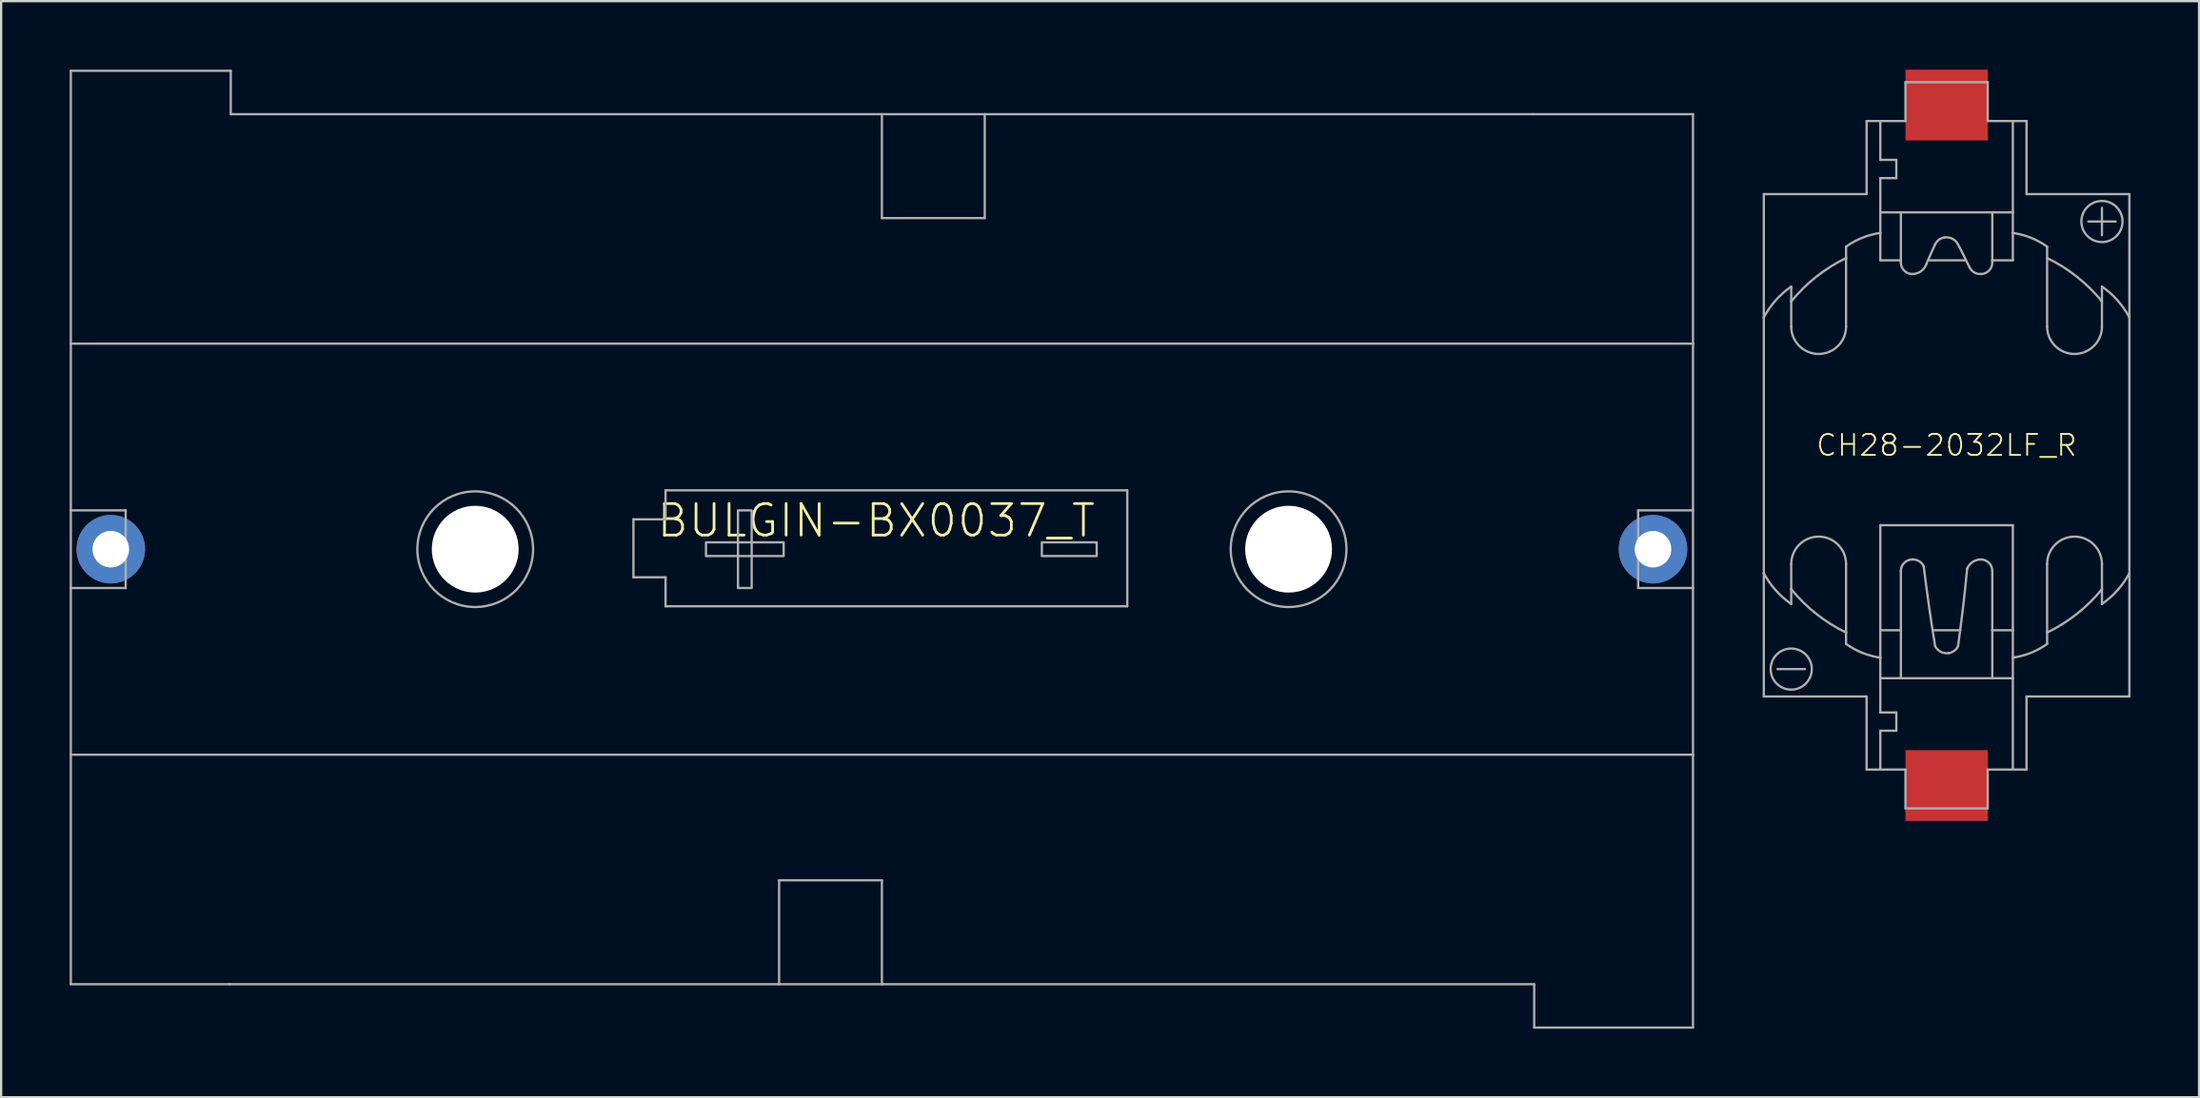
<source format=kicad_pcb>
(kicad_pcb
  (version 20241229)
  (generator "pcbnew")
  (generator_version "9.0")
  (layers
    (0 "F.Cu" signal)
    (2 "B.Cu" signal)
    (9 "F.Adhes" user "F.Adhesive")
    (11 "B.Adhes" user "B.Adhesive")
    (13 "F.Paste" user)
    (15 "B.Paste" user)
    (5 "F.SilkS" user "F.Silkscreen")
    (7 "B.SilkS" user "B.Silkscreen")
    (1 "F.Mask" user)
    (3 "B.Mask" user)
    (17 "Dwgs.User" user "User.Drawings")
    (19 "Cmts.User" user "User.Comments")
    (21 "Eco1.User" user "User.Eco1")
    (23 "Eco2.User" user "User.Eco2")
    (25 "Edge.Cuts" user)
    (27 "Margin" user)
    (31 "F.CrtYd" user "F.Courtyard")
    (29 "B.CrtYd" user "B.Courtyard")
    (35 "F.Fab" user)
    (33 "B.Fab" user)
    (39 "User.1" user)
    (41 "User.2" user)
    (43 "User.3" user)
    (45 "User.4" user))
  (footprint "CH28-2032LF_R"
    (layer "F.Cu")
    (at 82.15 16.45)
    (property "Reference" "CH28-2032LF_R" (at 0 0 0) (unlocked yes) (layer "F.SilkS") (effects (font (size 0.92 0.92) (thickness 0.08))))
    (fp_line (start -8 -5.6) (end -8 -11) (stroke (width 0.1) (type solid)) (layer "F.Fab"))
    (fp_line (start -8 5.6) (end -8 -5.6) (stroke (width 0.1) (type solid)) (layer "F.Fab"))
    (fp_line (start -8 5.6) (end -8 11) (stroke (width 0.1) (type solid)) (layer "F.Fab"))
    (fp_line (start -8 11) (end -3.5 11) (stroke (width 0.1) (type solid)) (layer "F.Fab"))
    (fp_line (start -7.4 9.8) (end -6.2 9.8) (stroke (width 0.1) (type solid)) (layer "F.Fab"))
    (fp_line (start -6.8 -6.3) (end -6.8 -6.95) (stroke (width 0.1) (type solid)) (layer "F.Fab"))
    (fp_line (start -6.8 -6.3) (end -6.8 -5.2) (stroke (width 0.1) (type solid)) (layer "F.Fab"))
    (fp_line (start -6.8 6.3) (end -6.8 5.2) (stroke (width 0.1) (type solid)) (layer "F.Fab"))
    (fp_line (start -6.8 6.3) (end -6.8 6.95) (stroke (width 0.1) (type solid)) (layer "F.Fab"))
    (fp_line (start -4.4 -8.2) (end -4.4 -8.7) (stroke (width 0.1) (type solid)) (layer "F.Fab"))
    (fp_line (start -4.4 -8.2) (end -4.4 -5.2) (stroke (width 0.1) (type solid)) (layer "F.Fab"))
    (fp_line (start -4.4 8.2) (end -4.4 5.2) (stroke (width 0.1) (type solid)) (layer "F.Fab"))
    (fp_line (start -4.4 8.2) (end -4.4 8.7) (stroke (width 0.1) (type solid)) (layer "F.Fab"))
    (fp_line (start -3.5 -14.2) (end -2.9 -14.2) (stroke (width 0.1) (type solid)) (layer "F.Fab"))
    (fp_line (start -3.5 -11) (end -8 -11) (stroke (width 0.1) (type solid)) (layer "F.Fab"))
    (fp_line (start -3.5 -11) (end -3.5 -14.2) (stroke (width 0.1) (type solid)) (layer "F.Fab"))
    (fp_line (start -3.5 11) (end -3.5 14.2) (stroke (width 0.1) (type solid)) (layer "F.Fab"))
    (fp_line (start -3.5 14.2) (end -2.9 14.2) (stroke (width 0.1) (type solid)) (layer "F.Fab"))
    (fp_line (start -2.9 -14.2) (end -2.9 -12.5) (stroke (width 0.1) (type solid)) (layer "F.Fab"))
    (fp_line (start -2.9 -14.2) (end -1.8 -14.2) (stroke (width 0.1) (type solid)) (layer "F.Fab"))
    (fp_line (start -2.9 -12.5) (end -2.2 -12.5) (stroke (width 0.1) (type solid)) (layer "F.Fab"))
    (fp_line (start -2.9 -11.7) (end -2.9 -10.2) (stroke (width 0.1) (type solid)) (layer "F.Fab"))
    (fp_line (start -2.9 -10.2) (end -2.9 -9.3) (stroke (width 0.1) (type solid)) (layer "F.Fab"))
    (fp_line (start -2.9 -10.2) (end -2 -10.2) (stroke (width 0.1) (type solid)) (layer "F.Fab"))
    (fp_line (start -2.9 -9.3) (end -2.9 -8.1) (stroke (width 0.1) (type solid)) (layer "F.Fab"))
    (fp_line (start -2.9 -8.1) (end -2 -8.1) (stroke (width 0.1) (type solid)) (layer "F.Fab"))
    (fp_line (start -2.9 3.5) (end -2.9 8.1) (stroke (width 0.1) (type solid)) (layer "F.Fab"))
    (fp_line (start -2.9 8.1) (end -2.9 9.3) (stroke (width 0.1) (type solid)) (layer "F.Fab"))
    (fp_line (start -2.9 8.1) (end -2 8.1) (stroke (width 0.1) (type solid)) (layer "F.Fab"))
    (fp_line (start -2.9 9.3) (end -2.9 10.2) (stroke (width 0.1) (type solid)) (layer "F.Fab"))
    (fp_line (start -2.9 10.2) (end -2.9 11.7) (stroke (width 0.1) (type solid)) (layer "F.Fab"))
    (fp_line (start -2.9 10.2) (end 2.9 10.2) (stroke (width 0.1) (type solid)) (layer "F.Fab"))
    (fp_line (start -2.9 11.7) (end -2.2 11.7) (stroke (width 0.1) (type solid)) (layer "F.Fab"))
    (fp_line (start -2.9 12.5) (end -2.9 14.2) (stroke (width 0.1) (type solid)) (layer "F.Fab"))
    (fp_line (start -2.9 14.2) (end -1.8 14.2) (stroke (width 0.1) (type solid)) (layer "F.Fab"))
    (fp_line (start -2.2 -12.5) (end -2.2 -11.7) (stroke (width 0.1) (type solid)) (layer "F.Fab"))
    (fp_line (start -2.2 -11.7) (end -2.9 -11.7) (stroke (width 0.1) (type solid)) (layer "F.Fab"))
    (fp_line (start -2.2 11.7) (end -2.2 12.5) (stroke (width 0.1) (type solid)) (layer "F.Fab"))
    (fp_line (start -2.2 12.5) (end -2.9 12.5) (stroke (width 0.1) (type solid)) (layer "F.Fab"))
    (fp_line (start -2 -10.2) (end -2 -8.1) (stroke (width 0.1) (type solid)) (layer "F.Fab"))
    (fp_line (start -2 -10.2) (end 2 -10.2) (stroke (width 0.1) (type solid)) (layer "F.Fab"))
    (fp_line (start -2 -8.1) (end -2 -8) (stroke (width 0.1) (type solid)) (layer "F.Fab"))
    (fp_line (start -2 5.5) (end -2 8.1) (stroke (width 0.1) (type solid)) (layer "F.Fab"))
    (fp_line (start -2 8.1) (end -2 10.2) (stroke (width 0.1) (type solid)) (layer "F.Fab"))
    (fp_line (start -1.8 -15.9) (end 1.8 -15.9) (stroke (width 0.1) (type solid)) (layer "F.Fab"))
    (fp_line (start -1.8 -14.2) (end -1.8 -15.9) (stroke (width 0.1) (type solid)) (layer "F.Fab"))
    (fp_line (start -1.8 14.2) (end -1.8 15.9) (stroke (width 0.1) (type solid)) (layer "F.Fab"))
    (fp_line (start -1.8 15.9) (end 1.8 15.9) (stroke (width 0.1) (type solid)) (layer "F.Fab"))
    (fp_line (start -0.6 8.1) (end 0.6 8.1) (stroke (width 0.1) (type solid)) (layer "F.Fab"))
    (fp_line (start 0.8 -8.1) (end -0.8 -8.1) (stroke (width 0.1) (type solid)) (layer "F.Fab"))
    (fp_line (start 1.8 -15.9) (end 1.8 -14.2) (stroke (width 0.1) (type solid)) (layer "F.Fab"))
    (fp_line (start 1.8 -14.2) (end 2.9 -14.2) (stroke (width 0.1) (type solid)) (layer "F.Fab"))
    (fp_line (start 1.8 15.9) (end 1.8 14.2) (stroke (width 0.1) (type solid)) (layer "F.Fab"))
    (fp_line (start 2 -10.2) (end 2.9 -10.2) (stroke (width 0.1) (type solid)) (layer "F.Fab"))
    (fp_line (start 2 -8.1) (end 2 -10.2) (stroke (width 0.1) (type solid)) (layer "F.Fab"))
    (fp_line (start 2 -8) (end 2 -8.1) (stroke (width 0.1) (type solid)) (layer "F.Fab"))
    (fp_line (start 2 8.1) (end 2 5.5) (stroke (width 0.1) (type solid)) (layer "F.Fab"))
    (fp_line (start 2 8.1) (end 2.9 8.1) (stroke (width 0.1) (type solid)) (layer "F.Fab"))
    (fp_line (start 2 10.2) (end 2 8.1) (stroke (width 0.1) (type solid)) (layer "F.Fab"))
    (fp_line (start 2.9 -14.2) (end 3.5 -14.2) (stroke (width 0.1) (type solid)) (layer "F.Fab"))
    (fp_line (start 2.9 -10.2) (end 2.9 -14.2) (stroke (width 0.1) (type solid)) (layer "F.Fab"))
    (fp_line (start 2.9 -9.3) (end 2.9 -10.2) (stroke (width 0.1) (type solid)) (layer "F.Fab"))
    (fp_line (start 2.9 -8.1) (end 2 -8.1) (stroke (width 0.1) (type solid)) (layer "F.Fab"))
    (fp_line (start 2.9 -8.1) (end 2.9 -9.3) (stroke (width 0.1) (type solid)) (layer "F.Fab"))
    (fp_line (start 2.9 3.5) (end -2.9 3.5) (stroke (width 0.1) (type solid)) (layer "F.Fab"))
    (fp_line (start 2.9 8.1) (end 2.9 3.5) (stroke (width 0.1) (type solid)) (layer "F.Fab"))
    (fp_line (start 2.9 10.2) (end 2.9 8.1) (stroke (width 0.1) (type solid)) (layer "F.Fab"))
    (fp_line (start 2.9 14.2) (end 1.8 14.2) (stroke (width 0.1) (type solid)) (layer "F.Fab"))
    (fp_line (start 2.9 14.2) (end 2.9 10.2) (stroke (width 0.1) (type solid)) (layer "F.Fab"))
    (fp_line (start 3.5 -11) (end 3.5 -14.2) (stroke (width 0.1) (type solid)) (layer "F.Fab"))
    (fp_line (start 3.5 11) (end 3.5 14.2) (stroke (width 0.1) (type solid)) (layer "F.Fab"))
    (fp_line (start 3.5 11) (end 8 11) (stroke (width 0.1) (type solid)) (layer "F.Fab"))
    (fp_line (start 3.5 14.2) (end 2.9 14.2) (stroke (width 0.1) (type solid)) (layer "F.Fab"))
    (fp_line (start 4.4 -8.2) (end 4.4 -8.7) (stroke (width 0.1) (type solid)) (layer "F.Fab"))
    (fp_line (start 4.4 -8.2) (end 4.4 -5.2) (stroke (width 0.1) (type solid)) (layer "F.Fab"))
    (fp_line (start 4.4 8.2) (end 4.4 5.2) (stroke (width 0.1) (type solid)) (layer "F.Fab"))
    (fp_line (start 4.4 8.2) (end 4.4 8.7) (stroke (width 0.1) (type solid)) (layer "F.Fab"))
    (fp_line (start 6.2 -9.8) (end 7.4 -9.8) (stroke (width 0.1) (type solid)) (layer "F.Fab"))
    (fp_line (start 6.8 -10.4) (end 6.8 -9.2) (stroke (width 0.1) (type solid)) (layer "F.Fab"))
    (fp_line (start 6.8 -6.3) (end 6.8 -6.95) (stroke (width 0.1) (type solid)) (layer "F.Fab"))
    (fp_line (start 6.8 -6.3) (end 6.8 -5.2) (stroke (width 0.1) (type solid)) (layer "F.Fab"))
    (fp_line (start 6.8 6.3) (end 6.8 5.2) (stroke (width 0.1) (type solid)) (layer "F.Fab"))
    (fp_line (start 6.8 6.3) (end 6.8 6.95) (stroke (width 0.1) (type solid)) (layer "F.Fab"))
    (fp_line (start 8 -11) (end 3.5 -11) (stroke (width 0.1) (type solid)) (layer "F.Fab"))
    (fp_line (start 8 -5.6) (end 8 -11) (stroke (width 0.1) (type solid)) (layer "F.Fab"))
    (fp_line (start 8 11) (end 8 -5.6) (stroke (width 0.1) (type solid)) (layer "F.Fab"))
    (fp_arc (start -8 -5.6) (mid -7.480812 -6.346833) (end -6.8 -6.95) (stroke (width 0.1) (type solid)) (layer "F.Fab"))
    (fp_arc (start -6.8 -6.3) (mid -5.704042 -7.381421) (end -4.4 -8.2) (stroke (width 0.1) (type solid)) (layer "F.Fab"))
    (fp_arc (start -6.8 5.2) (mid -5.6 4) (end -4.4 5.2) (stroke (width 0.1) (type solid)) (layer "F.Fab"))
    (fp_arc (start -6.8 6.95) (mid -7.480812 6.346833) (end -8 5.6) (stroke (width 0.1) (type solid)) (layer "F.Fab"))
    (fp_arc (start -4.4 -8.7) (mid -3.685916 -9.089791) (end -2.9 -9.3) (stroke (width 0.1) (type solid)) (layer "F.Fab"))
    (fp_arc (start -4.4 -5.2) (mid -5.6 -4) (end -6.8 -5.2) (stroke (width 0.1) (type solid)) (layer "F.Fab"))
    (fp_arc (start -4.4 8.2) (mid -5.704042 7.381421) (end -6.8 6.3) (stroke (width 0.1) (type solid)) (layer "F.Fab"))
    (fp_arc (start -2.9 9.3) (mid -3.685916 9.089791) (end -4.4 8.7) (stroke (width 0.1) (type solid)) (layer "F.Fab"))
    (fp_arc (start -2 5.5) (mid -1.853553 5.146447) (end -1.5 5) (stroke (width 0.1) (type solid)) (layer "F.Fab"))
    (fp_arc (start -1.5 -7.5) (mid -1.853553 -7.646447) (end -2 -8) (stroke (width 0.1) (type solid)) (layer "F.Fab"))
    (fp_arc (start -1.499999 5.000001) (mid -1.204525 5.074209) (end -1 5.3) (stroke (width 0.1) (type solid)) (layer "F.Fab"))
    (fp_arc (start -0.9 -7.9) (mid -1.139445 -7.609167) (end -1.5 -7.5) (stroke (width 0.1) (type solid)) (layer "F.Fab"))
    (fp_arc (start -0.9 -7.9) (mid -0.705273 -8.352343) (end -0.5 -8.8) (stroke (width 0.1) (type solid)) (layer "F.Fab"))
    (fp_arc (start -0.5 -8.8) (mid -0.337156 -8.999541) (end -0.1 -9.1) (stroke (width 0.1) (type solid)) (layer "F.Fab"))
    (fp_arc (start -0.5 8.8) (mid -0.769242 7.052749) (end -1 5.3) (stroke (width 0.1) (type solid)) (layer "F.Fab"))
    (fp_arc (start -0.1 -9.1) (mid 0.248175 -9.046349) (end 0.500001 -8.8) (stroke (width 0.1) (type solid)) (layer "F.Fab"))
    (fp_arc (start 0.1 9.1) (mid -0.248175 9.046349) (end -0.500001 8.8) (stroke (width 0.1) (type solid)) (layer "F.Fab"))
    (fp_arc (start 0.5 -8.8) (mid 0.755498 -8.302749) (end 1 -7.8) (stroke (width 0.1) (type solid)) (layer "F.Fab"))
    (fp_arc (start 0.5 8.8) (mid 0.337156 8.999541) (end 0.1 9.1) (stroke (width 0.1) (type solid)) (layer "F.Fab"))
    (fp_arc (start 0.9 5.4) (mid 0.719919 7.102343) (end 0.5 8.8) (stroke (width 0.1) (type solid)) (layer "F.Fab"))
    (fp_arc (start 0.9 5.4) (mid 1.139445 5.109167) (end 1.5 5) (stroke (width 0.1) (type solid)) (layer "F.Fab"))
    (fp_arc (start 1.499999 -7.500001) (mid 1.204525 -7.574209) (end 1 -7.8) (stroke (width 0.1) (type solid)) (layer "F.Fab"))
    (fp_arc (start 1.5 5) (mid 1.853553 5.146447) (end 2 5.5) (stroke (width 0.1) (type solid)) (layer "F.Fab"))
    (fp_arc (start 2 -8) (mid 1.853553 -7.646447) (end 1.5 -7.5) (stroke (width 0.1) (type solid)) (layer "F.Fab"))
    (fp_arc (start 2.9 -9.3) (mid 3.685916 -9.089791) (end 4.4 -8.7) (stroke (width 0.1) (type solid)) (layer "F.Fab"))
    (fp_arc (start 4.4 -8.2) (mid 5.704042 -7.381421) (end 6.8 -6.3) (stroke (width 0.1) (type solid)) (layer "F.Fab"))
    (fp_arc (start 4.4 5.2) (mid 5.6 4) (end 6.8 5.2) (stroke (width 0.1) (type solid)) (layer "F.Fab"))
    (fp_arc (start 4.4 8.7) (mid 3.685916 9.089791) (end 2.9 9.3) (stroke (width 0.1) (type solid)) (layer "F.Fab"))
    (fp_arc (start 6.8 -6.95) (mid 7.480812 -6.346833) (end 8 -5.6) (stroke (width 0.1) (type solid)) (layer "F.Fab"))
    (fp_arc (start 6.8 -5.2) (mid 5.6 -4) (end 4.4 -5.2) (stroke (width 0.1) (type solid)) (layer "F.Fab"))
    (fp_arc (start 6.8 6.3) (mid 5.704042 7.381421) (end 4.4 8.2) (stroke (width 0.1) (type solid)) (layer "F.Fab"))
    (fp_arc (start 8 5.6) (mid 7.480812 6.346833) (end 6.8 6.95) (stroke (width 0.1) (type solid)) (layer "F.Fab"))
    (fp_circle (center -6.8 9.8) (end -5.9 9.8) (stroke (width 0.1) (type solid)) (fill no) (layer "F.Fab"))
    (fp_circle (center 6.8 -9.8) (end 7.7 -9.8) (stroke (width 0.1) (type solid)) (fill no) (layer "F.Fab"))
    (pad "M" smd rect (at 0 14.9) (size 3.6 3.1) (layers "F.Cu" "F.Mask" "F.Paste"))
    (pad "P" smd rect (at 0 -14.9) (size 3.6 3.1) (layers "F.Cu" "F.Mask" "F.Paste")))
  (footprint "BULGIN-BX0037_T"
    (layer "F.Cu")
    (at 35.55 21)
    (property "Reference" "BULGIN-BX0037_T" (at -0.25 -1.25 0) (unlocked yes) (layer "F.SilkS") (effects (font (size 1.38 1.38) (thickness 0.12))))
    (fp_line (start -35.5 -20.95) (end -35.5 -9) (stroke (width 0.1) (type solid)) (layer "F.Fab"))
    (fp_line (start -35.5 -20.95) (end -28.5 -20.95) (stroke (width 0.1) (type solid)) (layer "F.Fab"))
    (fp_line (start -35.5 -9) (end -35.5 -1.7) (stroke (width 0.1) (type solid)) (layer "F.Fab"))
    (fp_line (start -35.5 -9) (end 35.5 -9) (stroke (width 0.1) (type solid)) (layer "F.Fab"))
    (fp_line (start -35.5 -1.7) (end -35.5 1.7) (stroke (width 0.1) (type solid)) (layer "F.Fab"))
    (fp_line (start -35.5 -1.7) (end -33.1 -1.7) (stroke (width 0.1) (type solid)) (layer "F.Fab"))
    (fp_line (start -35.5 1.7) (end -35.5 9) (stroke (width 0.1) (type solid)) (layer "F.Fab"))
    (fp_line (start -35.5 9) (end -35.5 19.05) (stroke (width 0.1) (type solid)) (layer "F.Fab"))
    (fp_line (start -35.5 9) (end 35.5 9) (stroke (width 0.1) (type solid)) (layer "F.Fab"))
    (fp_line (start -33.1 -1.7) (end -33.1 1.7) (stroke (width 0.1) (type solid)) (layer "F.Fab"))
    (fp_line (start -33.1 1.7) (end -35.5 1.7) (stroke (width 0.1) (type solid)) (layer "F.Fab"))
    (fp_line (start -28.55 19.05) (end -35.5 19.05) (stroke (width 0.1) (type solid)) (layer "F.Fab"))
    (fp_line (start -28.55 19.05) (end -4.5 19.05) (stroke (width 0.1) (type solid)) (layer "F.Fab"))
    (fp_line (start -28.5 -20.95) (end -28.5 -19.05) (stroke (width 0.1) (type solid)) (layer "F.Fab"))
    (fp_line (start -28.5 -19.05) (end 0 -19.05) (stroke (width 0.1) (type solid)) (layer "F.Fab"))
    (fp_line (start -10.875 -1.309) (end -10.875 1.231) (stroke (width 0.1) (type solid)) (layer "F.Fab"))
    (fp_line (start -10.875 1.231) (end -9.47 1.231) (stroke (width 0.1) (type solid)) (layer "F.Fab"))
    (fp_line (start -9.47 -2.579) (end -9.47 -1.309) (stroke (width 0.1) (type solid)) (layer "F.Fab"))
    (fp_line (start -9.47 -1.309) (end -10.875 -1.309) (stroke (width 0.1) (type solid)) (layer "F.Fab"))
    (fp_line (start -9.47 2.501) (end -9.47 1.231) (stroke (width 0.1) (type solid)) (layer "F.Fab"))
    (fp_line (start -4.5 14.5) (end 0 14.5) (stroke (width 0.1) (type solid)) (layer "F.Fab"))
    (fp_line (start -4.5 19.05) (end -4.5 14.5) (stroke (width 0.1) (type solid)) (layer "F.Fab"))
    (fp_line (start -4.5 19.05) (end 0 19.05) (stroke (width 0.1) (type solid)) (layer "F.Fab"))
    (fp_line (start 0 -19.05) (end 0 -14.5) (stroke (width 0.1) (type solid)) (layer "F.Fab"))
    (fp_line (start 0 -19.05) (end 4.5 -19.05) (stroke (width 0.1) (type solid)) (layer "F.Fab"))
    (fp_line (start 0 19.05) (end 0 14.5) (stroke (width 0.1) (type solid)) (layer "F.Fab"))
    (fp_line (start 0 19.05) (end 28.55 19.05) (stroke (width 0.1) (type solid)) (layer "F.Fab"))
    (fp_line (start 4.5 -19.05) (end 4.5 -14.5) (stroke (width 0.1) (type solid)) (layer "F.Fab"))
    (fp_line (start 4.5 -19.05) (end 28.5 -19.05) (stroke (width 0.1) (type solid)) (layer "F.Fab"))
    (fp_line (start 4.5 -14.5) (end 0 -14.5) (stroke (width 0.1) (type solid)) (layer "F.Fab"))
    (fp_line (start 10.74 -2.579) (end -9.47 -2.579) (stroke (width 0.1) (type solid)) (layer "F.Fab"))
    (fp_line (start 10.74 2.501) (end -9.47 2.501) (stroke (width 0.1) (type solid)) (layer "F.Fab"))
    (fp_line (start 10.74 2.501) (end 10.74 -2.579) (stroke (width 0.1) (type solid)) (layer "F.Fab"))
    (fp_line (start 28.5 -19.05) (end 35.5 -19.05) (stroke (width 0.1) (type solid)) (layer "F.Fab"))
    (fp_line (start 28.55 19.05) (end 28.55 20.95) (stroke (width 0.1) (type solid)) (layer "F.Fab"))
    (fp_line (start 28.55 20.95) (end 35.5 20.95) (stroke (width 0.1) (type solid)) (layer "F.Fab"))
    (fp_line (start 33.1 -1.7) (end 35.5 -1.7) (stroke (width 0.1) (type solid)) (layer "F.Fab"))
    (fp_line (start 33.1 1.7) (end 33.1 -1.7) (stroke (width 0.1) (type solid)) (layer "F.Fab"))
    (fp_line (start 35.5 -9) (end 35.5 -19.05) (stroke (width 0.1) (type solid)) (layer "F.Fab"))
    (fp_line (start 35.5 1.7) (end 33.1 1.7) (stroke (width 0.1) (type solid)) (layer "F.Fab"))
    (fp_line (start 35.5 9) (end 35.5 -9) (stroke (width 0.1) (type solid)) (layer "F.Fab"))
    (fp_line (start 35.5 20.95) (end 35.5 9) (stroke (width 0.1) (type solid)) (layer "F.Fab"))
    (fp_circle (center -17.8 0) (end -15.268 0) (stroke (width 0.1) (type solid)) (fill no) (layer "F.Fab"))
    (fp_circle (center 17.8 0) (end 20.332 0) (stroke (width 0.1) (type solid)) (fill no) (layer "F.Fab"))
    (fp_poly (pts (xy -5.7 -1.7) (xy -6.3 -1.7) (xy -6.3 1.7) (xy -5.7 1.7)) (stroke (width 0.1) (type default)) (fill no) (layer "F.Fab"))
    (fp_poly (pts (xy -4.3 -0.3) (xy -7.7 -0.3) (xy -7.7 0.3) (xy -4.3 0.3)) (stroke (width 0.1) (type default)) (fill no) (layer "F.Fab"))
    (fp_poly (pts (xy 9.4 -0.3) (xy 7 -0.3) (xy 7 0.3) (xy 9.4 0.3)) (stroke (width 0.1) (type default)) (fill no) (layer "F.Fab"))
    (pad "" np_thru_hole circle (at -17.8 0) (size 3.8 3.8) (drill 3.8) (layers "*.Cu" "*.Mask"))
    (pad "" np_thru_hole circle (at 17.8 0) (size 3.8 3.8) (drill 3.8) (layers "*.Cu" "*.Mask"))
    (pad "M" thru_hole circle (at 33.75 0) (size 3 3) (drill 1.6) (layers "*.Cu" "*.Mask"))
    (pad "P" thru_hole circle (at -33.75 0) (size 3 3) (drill 1.6) (layers "*.Cu" "*.Mask")))
  (gr_rect
    (start -3 -3)
    (end 93.2 45)
    (stroke (width 0.1) (type default))
    (fill no)
    (layer "Edge.Cuts")))
</source>
